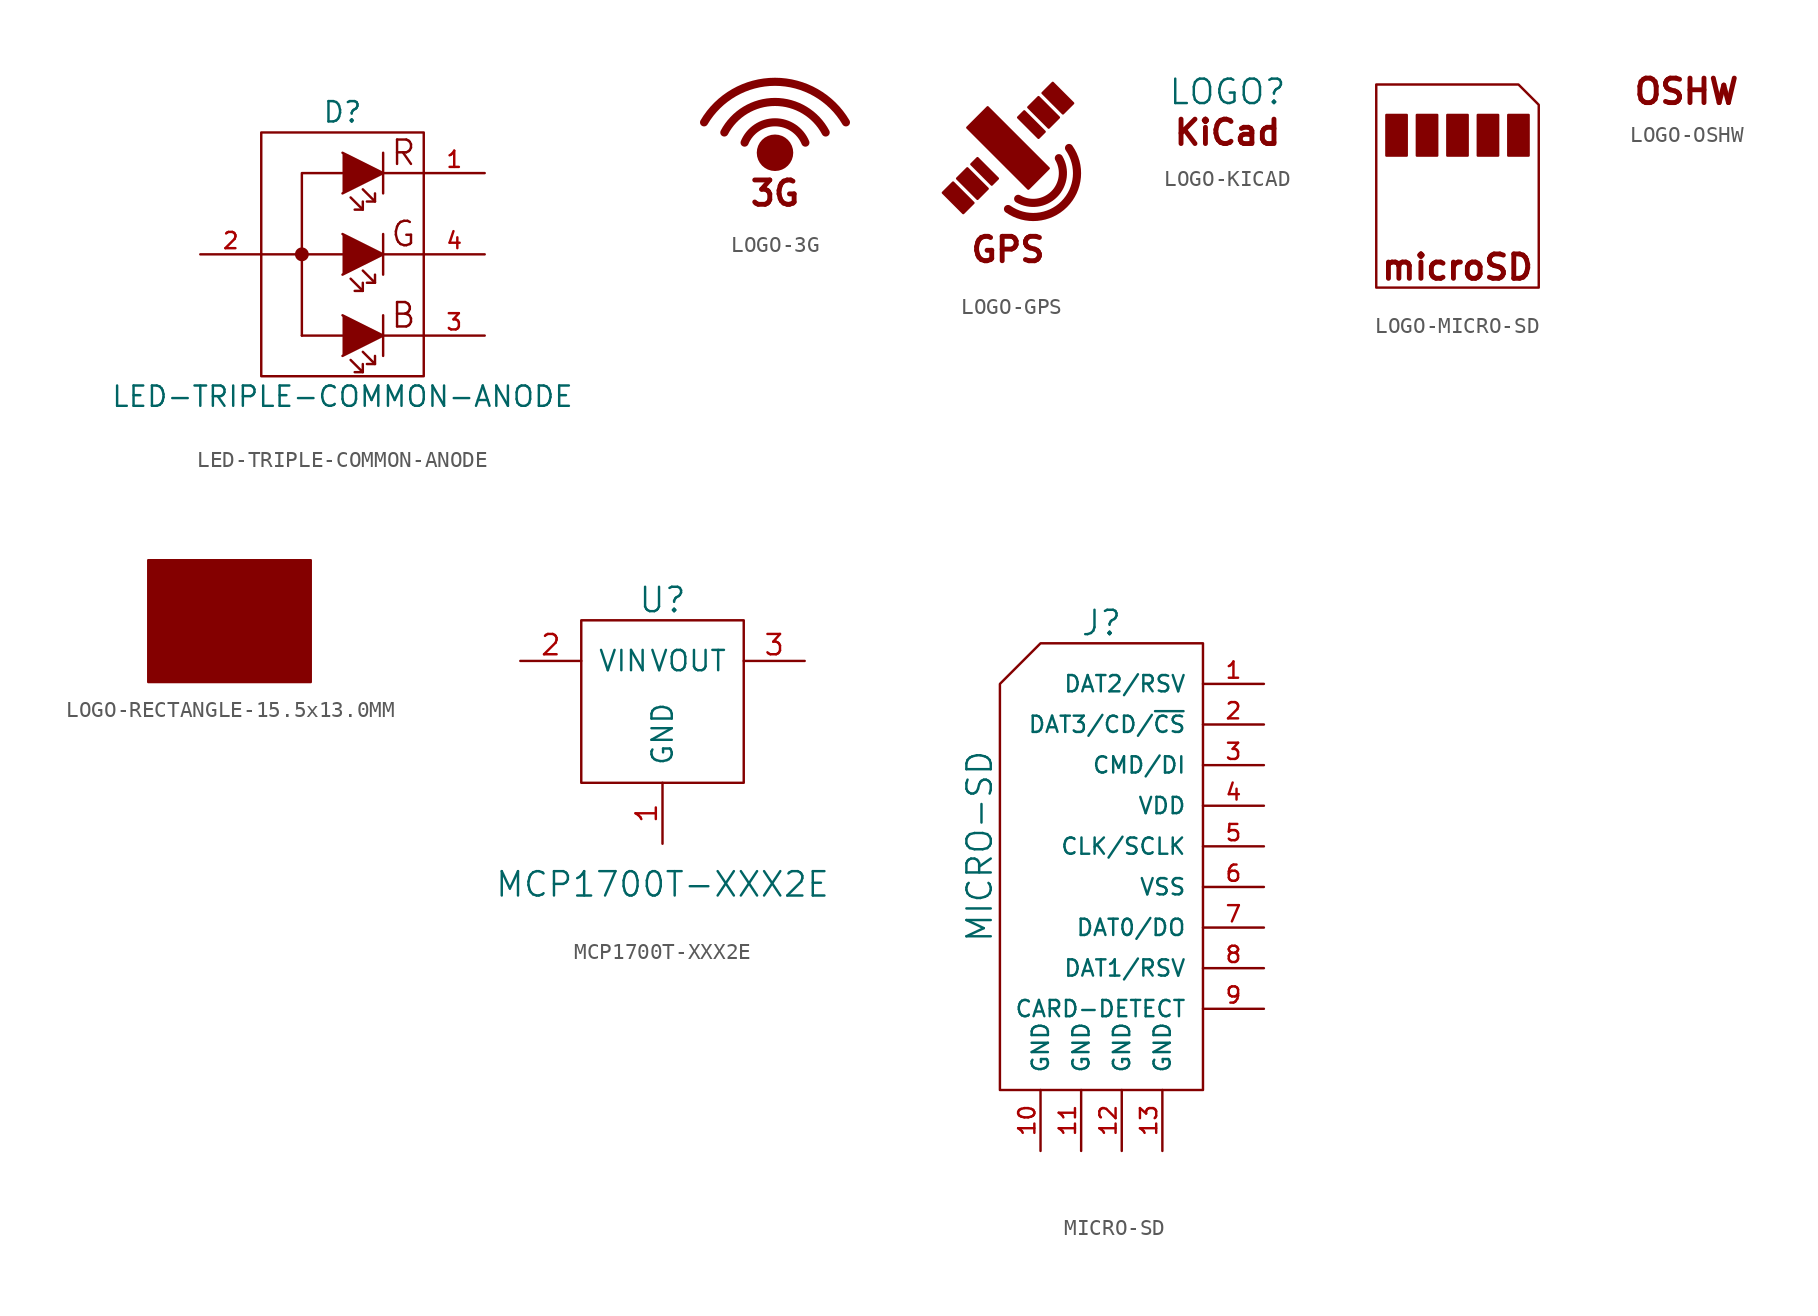
<source format=kicad_sym>
(kicad_symbol_lib
  (version 20211014)
  (generator kicad_symbol_editor)
  (symbol "LED-TRIPLE-COMMON-ANODE"
    (pin_names
      (offset 1.016) hide)
    (property "Reference" "D"
      (at 0 11.43 0)
      (effects (font (size 1.27 1.27))))
    (property "Value" "LED-TRIPLE-COMMON-ANODE"
      (at 0 -6.35 0)
      (effects (font (size 1.27 1.27))))
    (property "Datasheet" ""
      (at -2.54 5.08 0)
      (effects (font (size 1.524 1.524))))
    (symbol "LED-TRIPLE-COMMON-ANODE_0_0"
      (circle (center -2.54 2.54) (radius 0.356) (stroke (width 0) (type default) (color 0 0 0 0)) (fill (type outline)))
      (polyline (pts (xy -5.08 2.54) (xy -2.54 2.54)) (stroke (width 0) (type default) (color 0 0 0 0)) (fill (type none)))
      (polyline (pts (xy -2.54 -2.54) (xy -2.54 2.54)) (stroke (width 0) (type default) (color 0 0 0 0)) (fill (type none)))
      (polyline (pts (xy -2.54 -2.54) (xy 0 -2.54)) (stroke (width 0) (type default) (color 0 0 0 0)) (fill (type none)))
      (polyline (pts (xy 2.54 -2.54) (xy 5.08 -2.54)) (stroke (width 0) (type default) (color 0 0 0 0)) (fill (type none)))
      (polyline (pts (xy 2.54 2.54) (xy 5.08 2.54)) (stroke (width 0) (type default) (color 0 0 0 0)) (fill (type none)))
      (polyline (pts (xy 2.54 7.62) (xy 5.08 7.62)) (stroke (width 0) (type default) (color 0 0 0 0)) (fill (type none)))
      (polyline (pts (xy 0 2.54) (xy -2.54 2.54) (xy -2.54 7.62) (xy 0 7.62)) (stroke (width 0) (type default) (color 0 0 0 0)) (fill (type none)))
      (text "B" (at 3.81 -1.27 0) (effects (font (size 1.524 1.524))))
      (text "G" (at 3.81 3.81 0) (effects (font (size 1.524 1.524))))
      (text "R" (at 3.81 8.89 0) (effects (font (size 1.524 1.524)))))
    (symbol "LED-TRIPLE-COMMON-ANODE_0_1"
      (rectangle (start -5.08 10.16) (end 5.08 -5.08) (stroke (width 0) (type default) (color 0 0 0 0)) (fill (type none)))
      (polyline (pts (xy 1.27 -4.826) (xy 0.762 -4.826)) (stroke (width 0) (type default) (color 0 0 0 0)) (fill (type none)))
      (polyline (pts (xy 1.27 0.254) (xy 0.762 0.254)) (stroke (width 0) (type default) (color 0 0 0 0)) (fill (type none)))
      (polyline (pts (xy 1.27 5.334) (xy 0.762 5.334)) (stroke (width 0) (type default) (color 0 0 0 0)) (fill (type none)))
      (polyline (pts (xy 2.032 -4.318) (xy 1.524 -4.318)) (stroke (width 0) (type default) (color 0 0 0 0)) (fill (type none)))
      (polyline (pts (xy 2.032 0.762) (xy 1.524 0.762)) (stroke (width 0) (type default) (color 0 0 0 0)) (fill (type none)))
      (polyline (pts (xy 2.032 5.842) (xy 1.524 5.842)) (stroke (width 0) (type default) (color 0 0 0 0)) (fill (type none)))
      (polyline (pts (xy 2.54 -1.27) (xy 2.54 -3.81)) (stroke (width 0) (type default) (color 0 0 0 0)) (fill (type none)))
      (polyline (pts (xy 2.54 3.81) (xy 2.54 1.27)) (stroke (width 0) (type default) (color 0 0 0 0)) (fill (type none)))
      (polyline (pts (xy 2.54 8.89) (xy 2.54 6.35)) (stroke (width 0) (type default) (color 0 0 0 0)) (fill (type none)))
      (polyline (pts (xy 0 -1.27) (xy 2.54 -2.54) (xy 0 -3.81)) (stroke (width 0) (type default) (color 0 0 0 0)) (fill (type outline)))
      (polyline (pts (xy 0 3.81) (xy 2.54 2.54) (xy 0 1.27)) (stroke (width 0) (type default) (color 0 0 0 0)) (fill (type outline)))
      (polyline (pts (xy 0 8.89) (xy 2.54 7.62) (xy 0 6.35)) (stroke (width 0) (type default) (color 0 0 0 0)) (fill (type outline)))
      (polyline (pts (xy 0.508 -4.064) (xy 1.27 -4.826) (xy 1.27 -4.318)) (stroke (width 0) (type default) (color 0 0 0 0)) (fill (type none)))
      (polyline (pts (xy 0.508 1.016) (xy 1.27 0.254) (xy 1.27 0.762)) (stroke (width 0) (type default) (color 0 0 0 0)) (fill (type none)))
      (polyline (pts (xy 0.508 6.096) (xy 1.27 5.334) (xy 1.27 5.842)) (stroke (width 0) (type default) (color 0 0 0 0)) (fill (type none)))
      (polyline (pts (xy 1.27 -3.556) (xy 2.032 -4.318) (xy 2.032 -3.81)) (stroke (width 0) (type default) (color 0 0 0 0)) (fill (type none)))
      (polyline (pts (xy 1.27 1.524) (xy 2.032 0.762) (xy 2.032 1.27)) (stroke (width 0) (type default) (color 0 0 0 0)) (fill (type none)))
      (polyline (pts (xy 1.27 6.604) (xy 2.032 5.842) (xy 2.032 6.35)) (stroke (width 0) (type default) (color 0 0 0 0)) (fill (type none))))
    (symbol "LED-TRIPLE-COMMON-ANODE_1_1"
      (pin passive line (at 8.89 7.62 180) (length 3.81) (name "A" (effects (font (size 1.016 1.016)))) (number "1" (effects (font (size 1.016 1.016)))))
      (pin passive line (at -8.89 2.54 0) (length 3.81) (name "A" (effects (font (size 1.016 1.016)))) (number "2" (effects (font (size 1.016 1.016)))))
      (pin passive line (at 8.89 -2.54 180) (length 3.81) (name "K" (effects (font (size 1.016 1.016)))) (number "3" (effects (font (size 1.016 1.016)))))
      (pin passive line (at 8.89 2.54 180) (length 3.81) (name "K" (effects (font (size 1.016 1.016)))) (number "4" (effects (font (size 1.016 1.016)))))))
  (symbol "LOGO-3G"
    (pin_names
      (offset 1.016))
    (property "Reference" "LOGO"
      (at 0 6.35 0)
      (effects (font (size 1.524 1.524)) hide))
    (property "Datasheet" ""
      (at 0 -1.27 0)
      (effects (font (size 1.524 1.524))))
    (symbol "LOGO-3G_0_0"
      (circle (center 0 0) (radius 0.889) (stroke (width 0.508) (type default) (color 0 0 0 0)) (fill (type outline)))
      (arc (start 1.905 0.635) (mid 0 1.9089) (end -1.905 0.635) (stroke (width 0.508) (type default) (color 0 0 0 0)) (fill (type none)))
      (arc (start 3.175 1.27) (mid 0 3.184) (end -3.175 1.27) (stroke (width 0.508) (type default) (color 0 0 0 0)) (fill (type none)))
      (arc (start 4.445 1.905) (mid 0 4.4466) (end -4.445 1.905) (stroke (width 0.508) (type default) (color 0 0 0 0)) (fill (type none)))
      (text "3G" (at 0 -2.54 0) (effects (font (size 1.524 1.524) bold)))))
  (symbol "LOGO-GPS"
    (pin_names
      (offset 1.016))
    (property "Reference" "LOGO"
      (at 0 6.985 0)
      (effects (font (size 1.524 1.524)) hide))
    (property "Datasheet" ""
      (at 0 -1.27 0)
      (effects (font (size 1.524 1.524))))
    (symbol "LOGO-GPS_0_0"
      (arc (start 0 -2.54) (mid 3.5082 -2.2382) (end 3.81 1.27) (stroke (width 0.508) (type default) (color 0 0 0 0)) (fill (type none)))
      (polyline (pts (xy -4.064 -1.524) (xy -3.429 -0.889) (xy -2.159 -2.159) (xy -2.794 -2.794) (xy -4.064 -1.524)) (stroke (width 0) (type default) (color 0 0 0 0)) (fill (type outline)))
      (polyline (pts (xy -2.54 0) (xy -1.27 -1.27) (xy -1.905 -1.905) (xy -3.175 -0.635) (xy -2.54 0)) (stroke (width 0) (type default) (color 0 0 0 0)) (fill (type outline)))
      (polyline (pts (xy -2.54 2.54) (xy -1.27 3.81) (xy 2.54 0) (xy 1.27 -1.27) (xy -2.54 2.54)) (stroke (width 0) (type default) (color 0 0 0 0)) (fill (type outline)))
      (polyline (pts (xy -1.905 0.635) (xy -0.635 -0.635) (xy -1.016 -1.016) (xy -2.286 0.254) (xy -1.905 0.635)) (stroke (width 0) (type default) (color 0 0 0 0)) (fill (type outline)))
      (polyline (pts (xy 0.635 3.175) (xy 1.905 1.905) (xy 2.286 2.286) (xy 1.016 3.556) (xy 0.635 3.175)) (stroke (width 0) (type default) (color 0 0 0 0)) (fill (type outline)))
      (polyline (pts (xy 1.27 3.81) (xy 1.905 4.445) (xy 3.175 3.175) (xy 2.54 2.54) (xy 1.27 3.81)) (stroke (width 0) (type default) (color 0 0 0 0)) (fill (type outline)))
      (polyline (pts (xy 2.794 5.334) (xy 4.064 4.064) (xy 3.429 3.429) (xy 2.159 4.699) (xy 2.794 5.334)) (stroke (width 0) (type default) (color 0 0 0 0)) (fill (type outline)))
      (arc (start 0.635 -1.905) (mid 2.8746 -1.6239) (end 3.175 0.635) (stroke (width 0.508) (type default) (color 0 0 0 0)) (fill (type none)))
      (text "GPS" (at 0 -5.08 0) (effects (font (size 1.524 1.524) bold)))))
  (symbol "LOGO-KICAD"
    (pin_names
      (offset 1.016))
    (property "Reference" "LOGO"
      (at 0 2.54 0)
      (effects (font (size 1.524 1.524))))
    (property "Datasheet" ""
      (at 0 0 0)
      (effects (font (size 1.524 1.524))))
    (symbol "LOGO-KICAD_0_0"
      (text "KiCad" (at 0 0 0) (effects (font (size 1.524 1.524) bold)))))
  (symbol "LOGO-MICRO-SD"
    (pin_names
      (offset 1.016))
    (property "Reference" "LOGO"
      (at 0 7.62 0)
      (effects (font (size 1.524 1.524)) hide))
    (property "Datasheet" ""
      (at 0 -1.27 0)
      (effects (font (size 1.524 1.524))))
    (symbol "LOGO-MICRO-SD_0_0"
      (rectangle (start -4.445 4.445) (end -3.175 1.905) (stroke (width 0) (type default) (color 0 0 0 0)) (fill (type outline)))
      (rectangle (start -2.54 4.445) (end -1.27 1.905) (stroke (width 0) (type default) (color 0 0 0 0)) (fill (type outline)))
      (rectangle (start -0.635 4.445) (end 0.635 1.905) (stroke (width 0) (type default) (color 0 0 0 0)) (fill (type outline)))
      (polyline (pts (xy -5.08 -6.35) (xy -5.08 6.35) (xy 3.81 6.35) (xy 5.08 5.08) (xy 5.08 -6.35) (xy -5.08 -6.35)) (stroke (width 0) (type default) (color 0 0 0 0)) (fill (type none)))
      (rectangle (start 1.27 4.445) (end 2.54 1.905) (stroke (width 0) (type default) (color 0 0 0 0)) (fill (type outline)))
      (rectangle (start 3.175 4.445) (end 4.445 1.905) (stroke (width 0) (type default) (color 0 0 0 0)) (fill (type outline)))
      (text "microSD" (at 0 -5.08 0) (effects (font (size 1.524 1.524) bold)))))
  (symbol "LOGO-OSHW"
    (pin_names
      (offset 1.016))
    (property "Reference" "LOGO"
      (at 0 2.54 0)
      (effects (font (size 1.524 1.524)) hide))
    (property "Datasheet" ""
      (at 0 0 0)
      (effects (font (size 1.524 1.524))))
    (symbol "LOGO-OSHW_0_0"
      (text "OSHW" (at 0 0 0) (effects (font (size 1.524 1.524) bold)))))
  (symbol "LOGO-RECTANGLE-15.5x13.0MM"
    (pin_names
      (offset 1.016))
    (property "Reference" "LOGO"
      (at 0 5.08 0)
      (effects (font (size 1.524 1.524)) hide))
    (property "Datasheet" ""
      (at 0 0 0)
      (effects (font (size 1.524 1.524))))
    (symbol "LOGO-RECTANGLE-15.5x13.0MM_0_1"
      (rectangle (start -5.08 3.81) (end 5.08 -3.81) (stroke (width 0) (type default) (color 0 0 0 0)) (fill (type outline)))))
  (symbol "MCP1700T-XXX2E"
    (pin_names
      (offset 1.016))
    (property "Reference" "U"
      (at 0 3.81 0)
      (effects (font (size 1.524 1.524))))
    (property "Value" "MCP1700T-XXX2E"
      (at 0 -13.97 0)
      (effects (font (size 1.524 1.524))))
    (property "Datasheet" ""
      (at -2.54 0 0)
      (effects (font (size 1.524 1.524))))
    (symbol "MCP1700T-XXX2E_0_0"
      (rectangle (start -5.08 2.54) (end 5.08 -7.62) (stroke (width 0) (type default) (color 0 0 0 0)) (fill (type none))))
    (symbol "MCP1700T-XXX2E_1_1"
      (pin passive line (at 0 -11.43 90) (length 3.81) (name "GND" (effects (font (size 1.27 1.27)))) (number "1" (effects (font (size 1.27 1.27)))))
      (pin passive line (at -8.89 0 0) (length 3.81) (name "VIN" (effects (font (size 1.27 1.27)))) (number "2" (effects (font (size 1.27 1.27)))))
      (pin passive line (at 8.89 0 180) (length 3.81) (name "VOUT" (effects (font (size 1.27 1.27)))) (number "3" (effects (font (size 1.27 1.27)))))))
  (symbol "MICRO-SD"
    (pin_names
      (offset 1.016))
    (property "Reference" "J"
      (at 0 13.97 0)
      (effects (font (size 1.524 1.524))))
    (property "Value" "MICRO-SD"
      (at -7.62 0 90)
      (effects (font (size 1.524 1.524))))
    (property "Datasheet" ""
      (at 0 0 0)
      (effects (font (size 1.524 1.524))))
    (symbol "MICRO-SD_0_0"
      (polyline (pts (xy -3.81 12.7) (xy -6.35 10.16) (xy -6.35 -15.24) (xy 6.35 -15.24) (xy 6.35 12.7) (xy -3.81 12.7)) (stroke (width 0) (type default) (color 0 0 0 0)) (fill (type none))))
    (symbol "MICRO-SD_1_1"
      (pin input line (at 10.16 10.16 180) (length 3.81) (name "DAT2/RSV" (effects (font (size 1.016 1.016)))) (number "1" (effects (font (size 1.016 1.016)))))
      (pin input line (at -3.81 -19.05 90) (length 3.81) (name "GND" (effects (font (size 1.016 1.016)))) (number "10" (effects (font (size 1.016 1.016)))))
      (pin input line (at -1.27 -19.05 90) (length 3.81) (name "GND" (effects (font (size 1.016 1.016)))) (number "11" (effects (font (size 1.016 1.016)))))
      (pin input line (at 1.27 -19.05 90) (length 3.81) (name "GND" (effects (font (size 1.016 1.016)))) (number "12" (effects (font (size 1.016 1.016)))))
      (pin input line (at 3.81 -19.05 90) (length 3.81) (name "GND" (effects (font (size 1.016 1.016)))) (number "13" (effects (font (size 1.016 1.016)))))
      (pin input line (at 10.16 7.62 180) (length 3.81) (name "DAT3/CD/~{CS}" (effects (font (size 1.016 1.016)))) (number "2" (effects (font (size 1.016 1.016)))))
      (pin input line (at 10.16 5.08 180) (length 3.81) (name "CMD/DI" (effects (font (size 1.016 1.016)))) (number "3" (effects (font (size 1.016 1.016)))))
      (pin input line (at 10.16 2.54 180) (length 3.81) (name "VDD" (effects (font (size 1.016 1.016)))) (number "4" (effects (font (size 1.016 1.016)))))
      (pin input line (at 10.16 0 180) (length 3.81) (name "CLK/SCLK" (effects (font (size 1.016 1.016)))) (number "5" (effects (font (size 1.016 1.016)))))
      (pin input line (at 10.16 -2.54 180) (length 3.81) (name "VSS" (effects (font (size 1.016 1.016)))) (number "6" (effects (font (size 1.016 1.016)))))
      (pin input line (at 10.16 -5.08 180) (length 3.81) (name "DAT0/DO" (effects (font (size 1.016 1.016)))) (number "7" (effects (font (size 1.016 1.016)))))
      (pin input line (at 10.16 -7.62 180) (length 3.81) (name "DAT1/RSV" (effects (font (size 1.016 1.016)))) (number "8" (effects (font (size 1.016 1.016)))))
      (pin input line (at 10.16 -10.16 180) (length 3.81) (name "CARD-DETECT" (effects (font (size 1.016 1.016)))) (number "9" (effects (font (size 1.016 1.016))))))))
</source>
